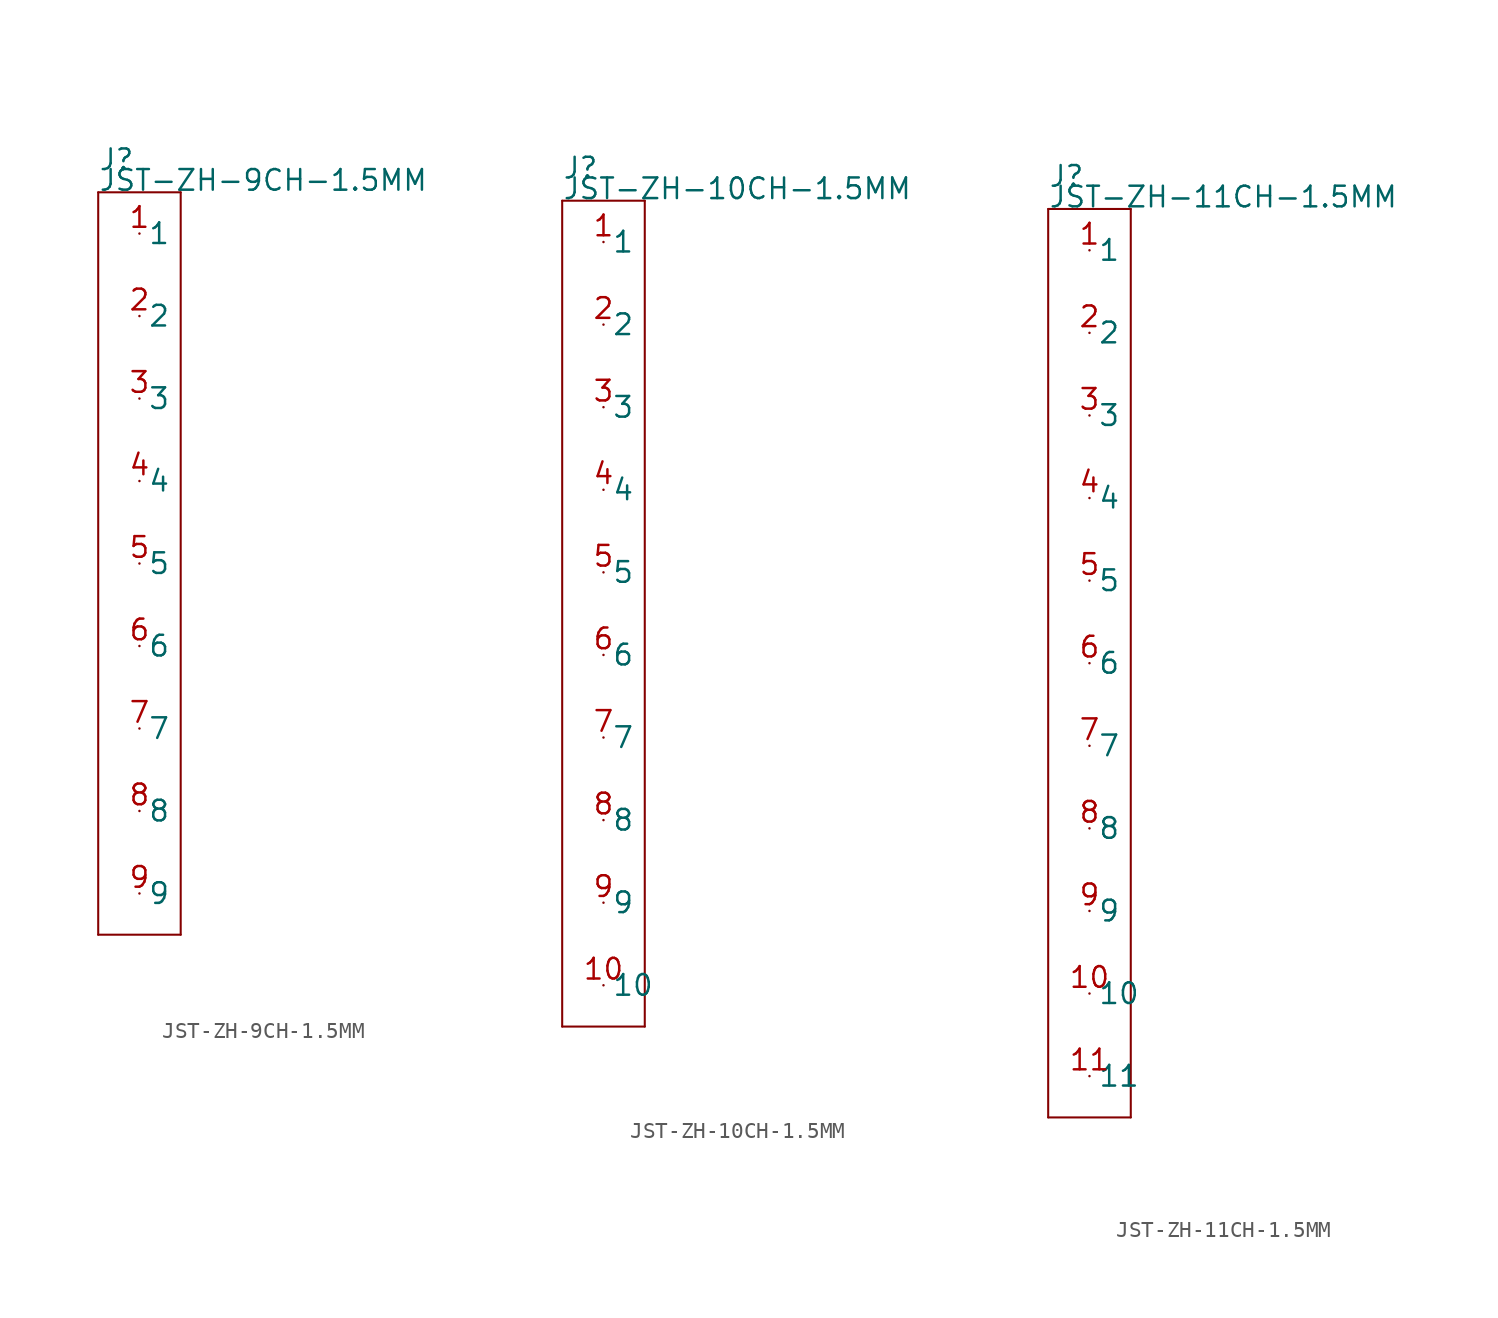
<source format=kicad_sym>
(kicad_symbol_lib
  (version 20211014)
  (generator kicad_symbol_editor)
  (symbol "JST-ZH-9CH-1.5MM"
    (pin_names)
    (property "Reference" "J"
      (at -2.54 24.13 0)
      (effects (font (size 1.27 1.27)) (justify left bottom)))
    (property "Value" "JST-ZH-9CH-1.5MM"
      (at -2.54 22.86 0)
      (effects (font (size 1.27 1.27)) (justify left bottom)))
    (property "Datasheet" ""
      (at 0 0 0))
    (property "ki_description" " JST 1x9  -  SMT and THT JST 9POS 1.5MM Technical Specifications: Pitch: 1.5mm "
      (at 0 0 0))
    (property "ki_fp_filters" "FlashPCB_Connectors:JST-S9B-ZR-SM2-TF-ZH-SMT-RA-9CH-1.5MM FlashPCB_Connectors:JST-S9B-ZR-SM2-TF-ZH-SMT-RA-9CH-1.5MM-NOSILK FlashPCB_Connectors:JST-B9B-ZR-SM4-TF-ZH-SMT-VERT-9CH-1.5MM FlashPCB_Connectors:JST-B9B-ZR-SM4-TF-ZH-SMT-VERT-9CH-1.5MM-NOSILK FlashPCB_Connectors:JST-S9B-ZR-SM4A-TF-ZH-SMT-RA-9CH-1.5MM FlashPCB_Connectors:JST-S9B-ZR-SM4A-TF-ZH-SMT-RA-9CH-1.5MM-NOSILK FlashPCB_Connectors:JST-B9B-ZR-ZH-THT-VERT-9CH-1.5MM FlashPCB_Connectors:JST-B9B-ZR-ZH-THT-VERT-9CH-1.5MM-NOSILK FlashPCB_Connectors:JST-S9B-ZR-ZH-THT-RA-9CH-1.5MM FlashPCB_Connectors:JST-S9B-ZR-ZH-THT-RA-9CH-1.5MM-NOSILK FlashPCB_Connectors:JST-B9B-ZR-ZH-THT-VERT-9CH-1.5MM-LONG FlashPCB_Connectors:JST-B9B-ZR-ZH-THT-VERT-9CH-1.5MM-LONG-NOSILK FlashPCB_Connectors:JST-S9B-ZR-ZH-THT-RA-9CH-1.5MM-LONG FlashPCB_Connectors:JST-S9B-ZR-ZH-THT-RA-9CH-1.5MM-LONG-NOSILK"
      (at 0 0 0))
    (symbol "JST-ZH-9CH-1.5MM_1_1"
      (polyline (pts (xy -2.54 22.86) (xy 2.54 22.86)) (stroke (width 0.127)) (fill (type none)))
      (polyline (pts (xy 2.54 22.86) (xy 2.54 -22.86)) (stroke (width 0.127)) (fill (type none)))
      (polyline (pts (xy 2.54 -22.86) (xy -2.54 -22.86)) (stroke (width 0.127)) (fill (type none)))
      (polyline (pts (xy -2.54 -22.86) (xy -2.54 22.86)) (stroke (width 0.127)) (fill (type none)))
      (pin bidirectional line (at 0 20.32 0) (length 0) (name "1" (effects (font (size 1.27 1.27)))) (number "1" (effects (font (size 1.27 1.27)))))
      (pin bidirectional line (at 0 15.24 0) (length 0) (name "2" (effects (font (size 1.27 1.27)))) (number "2" (effects (font (size 1.27 1.27)))))
      (pin bidirectional line (at 0 10.16 0) (length 0) (name "3" (effects (font (size 1.27 1.27)))) (number "3" (effects (font (size 1.27 1.27)))))
      (pin bidirectional line (at 0 5.08 0) (length 0) (name "4" (effects (font (size 1.27 1.27)))) (number "4" (effects (font (size 1.27 1.27)))))
      (pin bidirectional line (at 0 0 0) (length 0) (name "5" (effects (font (size 1.27 1.27)))) (number "5" (effects (font (size 1.27 1.27)))))
      (pin bidirectional line (at 0 -5.08 0) (length 0) (name "6" (effects (font (size 1.27 1.27)))) (number "6" (effects (font (size 1.27 1.27)))))
      (pin bidirectional line (at 0 -10.16 0) (length 0) (name "7" (effects (font (size 1.27 1.27)))) (number "7" (effects (font (size 1.27 1.27)))))
      (pin bidirectional line (at 0 -15.24 0) (length 0) (name "8" (effects (font (size 1.27 1.27)))) (number "8" (effects (font (size 1.27 1.27)))))
      (pin bidirectional line (at 0 -20.32 0) (length 0) (name "9" (effects (font (size 1.27 1.27)))) (number "9" (effects (font (size 1.27 1.27)))))))
  (symbol "JST-ZH-10CH-1.5MM"
    (pin_names)
    (property "Reference" "J"
      (at -2.54 26.67 0)
      (effects (font (size 1.27 1.27)) (justify left bottom)))
    (property "Value" "JST-ZH-10CH-1.5MM"
      (at -2.54 25.4 0)
      (effects (font (size 1.27 1.27)) (justify left bottom)))
    (property "Datasheet" ""
      (at 0 0 0))
    (property "ki_description" " JST 1x10  -  SMT and THT JST 10POS 1.5MM Technical Specifications: Pitch: 1.5mm "
      (at 0 0 0))
    (property "ki_fp_filters" "FlashPCB_Connectors:JST-S10B-ZR-SM2-TF-ZH-SMT-RA-10CH-1.5MM FlashPCB_Connectors:JST-S10B-ZR-SM2-TF-ZH-SMT-RA-10CH-1.5MM-NOSILK FlashPCB_Connectors:JST-B10B-ZR-SM4-TF-ZH-SMT-VERT-10CH-1.5MM FlashPCB_Connectors:JST-B10B-ZR-SM4-TF-ZH-SMT-VERT-10CH-1.5MM-NOSILK FlashPCB_Connectors:JST-S10B-ZR-SM4A-TF-ZH-SMT-RA-10CH-1.5MM FlashPCB_Connectors:JST-S10B-ZR-SM4A-TF-ZH-SMT-RA-10CH-1.5MM-NOSILK FlashPCB_Connectors:JST-B10B-ZR-ZH-THT-VERT-10CH-1.5MM FlashPCB_Connectors:JST-B10B-ZR-ZH-THT-VERT-10CH-1.5MM-NOSILK FlashPCB_Connectors:JST-S10B-ZR-ZH-THT-RA-10CH-1.5MM FlashPCB_Connectors:JST-S10B-ZR-ZH-THT-RA-10CH-1.5MM-NOSILK FlashPCB_Connectors:JST-B10B-ZR-ZH-THT-VERT-10CH-1.5MM-LONG FlashPCB_Connectors:JST-B10B-ZR-ZH-THT-VERT-10CH-1.5MM-LONG-NOSILK FlashPCB_Connectors:JST-S10B-ZR-ZH-THT-RA-10CH-1.5MM-LONG FlashPCB_Connectors:JST-S10B-ZR-ZH-THT-RA-10CH-1.5MM-LONG-NOSILK"
      (at 0 0 0))
    (symbol "JST-ZH-10CH-1.5MM_1_1"
      (polyline (pts (xy -2.54 25.4) (xy 2.54 25.4)) (stroke (width 0.127)) (fill (type none)))
      (polyline (pts (xy 2.54 25.4) (xy 2.54 -25.4)) (stroke (width 0.127)) (fill (type none)))
      (polyline (pts (xy 2.54 -25.4) (xy -2.54 -25.4)) (stroke (width 0.127)) (fill (type none)))
      (polyline (pts (xy -2.54 -25.4) (xy -2.54 25.4)) (stroke (width 0.127)) (fill (type none)))
      (pin bidirectional line (at 0 22.86 0) (length 0) (name "1" (effects (font (size 1.27 1.27)))) (number "1" (effects (font (size 1.27 1.27)))))
      (pin bidirectional line (at 0 17.78 0) (length 0) (name "2" (effects (font (size 1.27 1.27)))) (number "2" (effects (font (size 1.27 1.27)))))
      (pin bidirectional line (at 0 12.7 0) (length 0) (name "3" (effects (font (size 1.27 1.27)))) (number "3" (effects (font (size 1.27 1.27)))))
      (pin bidirectional line (at 0 7.62 0) (length 0) (name "4" (effects (font (size 1.27 1.27)))) (number "4" (effects (font (size 1.27 1.27)))))
      (pin bidirectional line (at 0 2.54 0) (length 0) (name "5" (effects (font (size 1.27 1.27)))) (number "5" (effects (font (size 1.27 1.27)))))
      (pin bidirectional line (at 0 -2.54 0) (length 0) (name "6" (effects (font (size 1.27 1.27)))) (number "6" (effects (font (size 1.27 1.27)))))
      (pin bidirectional line (at 0 -7.62 0) (length 0) (name "7" (effects (font (size 1.27 1.27)))) (number "7" (effects (font (size 1.27 1.27)))))
      (pin bidirectional line (at 0 -12.7 0) (length 0) (name "8" (effects (font (size 1.27 1.27)))) (number "8" (effects (font (size 1.27 1.27)))))
      (pin bidirectional line (at 0 -17.78 0) (length 0) (name "9" (effects (font (size 1.27 1.27)))) (number "9" (effects (font (size 1.27 1.27)))))
      (pin bidirectional line (at 0 -22.86 0) (length 0) (name "10" (effects (font (size 1.27 1.27)))) (number "10" (effects (font (size 1.27 1.27)))))))
  (symbol "JST-ZH-11CH-1.5MM"
    (pin_names)
    (property "Reference" "J"
      (at -2.54 29.21 0)
      (effects (font (size 1.27 1.27)) (justify left bottom)))
    (property "Value" "JST-ZH-11CH-1.5MM"
      (at -2.54 27.94 0)
      (effects (font (size 1.27 1.27)) (justify left bottom)))
    (property "Datasheet" ""
      (at 0 0 0))
    (property "ki_description" " JST 1x11  -  SMT and THT JST 11POS 1.5MM Technical Specifications: Pitch: 1.5mm "
      (at 0 0 0))
    (property "ki_fp_filters" "FlashPCB_Connectors:JST-S11B-ZR-SM2-TF-ZH-SMT-RA-11CH-1.5MM FlashPCB_Connectors:JST-S11B-ZR-SM2-TF-ZH-SMT-RA-11CH-1.5MM-NOSILK FlashPCB_Connectors:JST-B11B-ZR-SM4-TF-ZH-SMT-VERT-11CH-1.5MM FlashPCB_Connectors:JST-B11B-ZR-SM4-TF-ZH-SMT-VERT-11CH-1.5MM-NOSILK FlashPCB_Connectors:JST-S11B-ZR-SM4A-TF-ZH-SMT-RA-11CH-1.5MM FlashPCB_Connectors:JST-S11B-ZR-SM4A-TF-ZH-SMT-RA-11CH-1.5MM-NOSILK FlashPCB_Connectors:JST-B11B-ZR-ZH-THT-VERT-11CH-1.5MM FlashPCB_Connectors:JST-B11B-ZR-ZH-THT-VERT-11CH-1.5MM-NOSILK FlashPCB_Connectors:JST-S11B-ZR-ZH-THT-RA-11CH-1.5MM FlashPCB_Connectors:JST-S11B-ZR-ZH-THT-RA-11CH-1.5MM-NOSILK FlashPCB_Connectors:JST-B11B-ZR-ZH-THT-VERT-11CH-1.5MM-LONG FlashPCB_Connectors:JST-B11B-ZR-ZH-THT-VERT-11CH-1.5MM-LONG-NOSILK FlashPCB_Connectors:JST-S11B-ZR-ZH-THT-RA-11CH-1.5MM-LONG FlashPCB_Connectors:JST-S11B-ZR-ZH-THT-RA-11CH-1.5MM-LONG-NOSILK"
      (at 0 0 0))
    (symbol "JST-ZH-11CH-1.5MM_1_1"
      (polyline (pts (xy -2.54 27.94) (xy 2.54 27.94)) (stroke (width 0.127)) (fill (type none)))
      (polyline (pts (xy 2.54 27.94) (xy 2.54 -27.94)) (stroke (width 0.127)) (fill (type none)))
      (polyline (pts (xy 2.54 -27.94) (xy -2.54 -27.94)) (stroke (width 0.127)) (fill (type none)))
      (polyline (pts (xy -2.54 -27.94) (xy -2.54 27.94)) (stroke (width 0.127)) (fill (type none)))
      (pin bidirectional line (at 0 25.4 0) (length 0) (name "1" (effects (font (size 1.27 1.27)))) (number "1" (effects (font (size 1.27 1.27)))))
      (pin bidirectional line (at 0 20.32 0) (length 0) (name "2" (effects (font (size 1.27 1.27)))) (number "2" (effects (font (size 1.27 1.27)))))
      (pin bidirectional line (at 0 15.24 0) (length 0) (name "3" (effects (font (size 1.27 1.27)))) (number "3" (effects (font (size 1.27 1.27)))))
      (pin bidirectional line (at 0 10.16 0) (length 0) (name "4" (effects (font (size 1.27 1.27)))) (number "4" (effects (font (size 1.27 1.27)))))
      (pin bidirectional line (at 0 5.08 0) (length 0) (name "5" (effects (font (size 1.27 1.27)))) (number "5" (effects (font (size 1.27 1.27)))))
      (pin bidirectional line (at 0 0 0) (length 0) (name "6" (effects (font (size 1.27 1.27)))) (number "6" (effects (font (size 1.27 1.27)))))
      (pin bidirectional line (at 0 -5.08 0) (length 0) (name "7" (effects (font (size 1.27 1.27)))) (number "7" (effects (font (size 1.27 1.27)))))
      (pin bidirectional line (at 0 -10.16 0) (length 0) (name "8" (effects (font (size 1.27 1.27)))) (number "8" (effects (font (size 1.27 1.27)))))
      (pin bidirectional line (at 0 -15.24 0) (length 0) (name "9" (effects (font (size 1.27 1.27)))) (number "9" (effects (font (size 1.27 1.27)))))
      (pin bidirectional line (at 0 -20.32 0) (length 0) (name "10" (effects (font (size 1.27 1.27)))) (number "10" (effects (font (size 1.27 1.27)))))
      (pin bidirectional line (at 0 -25.4 0) (length 0) (name "11" (effects (font (size 1.27 1.27)))) (number "11" (effects (font (size 1.27 1.27))))))))
</source>
